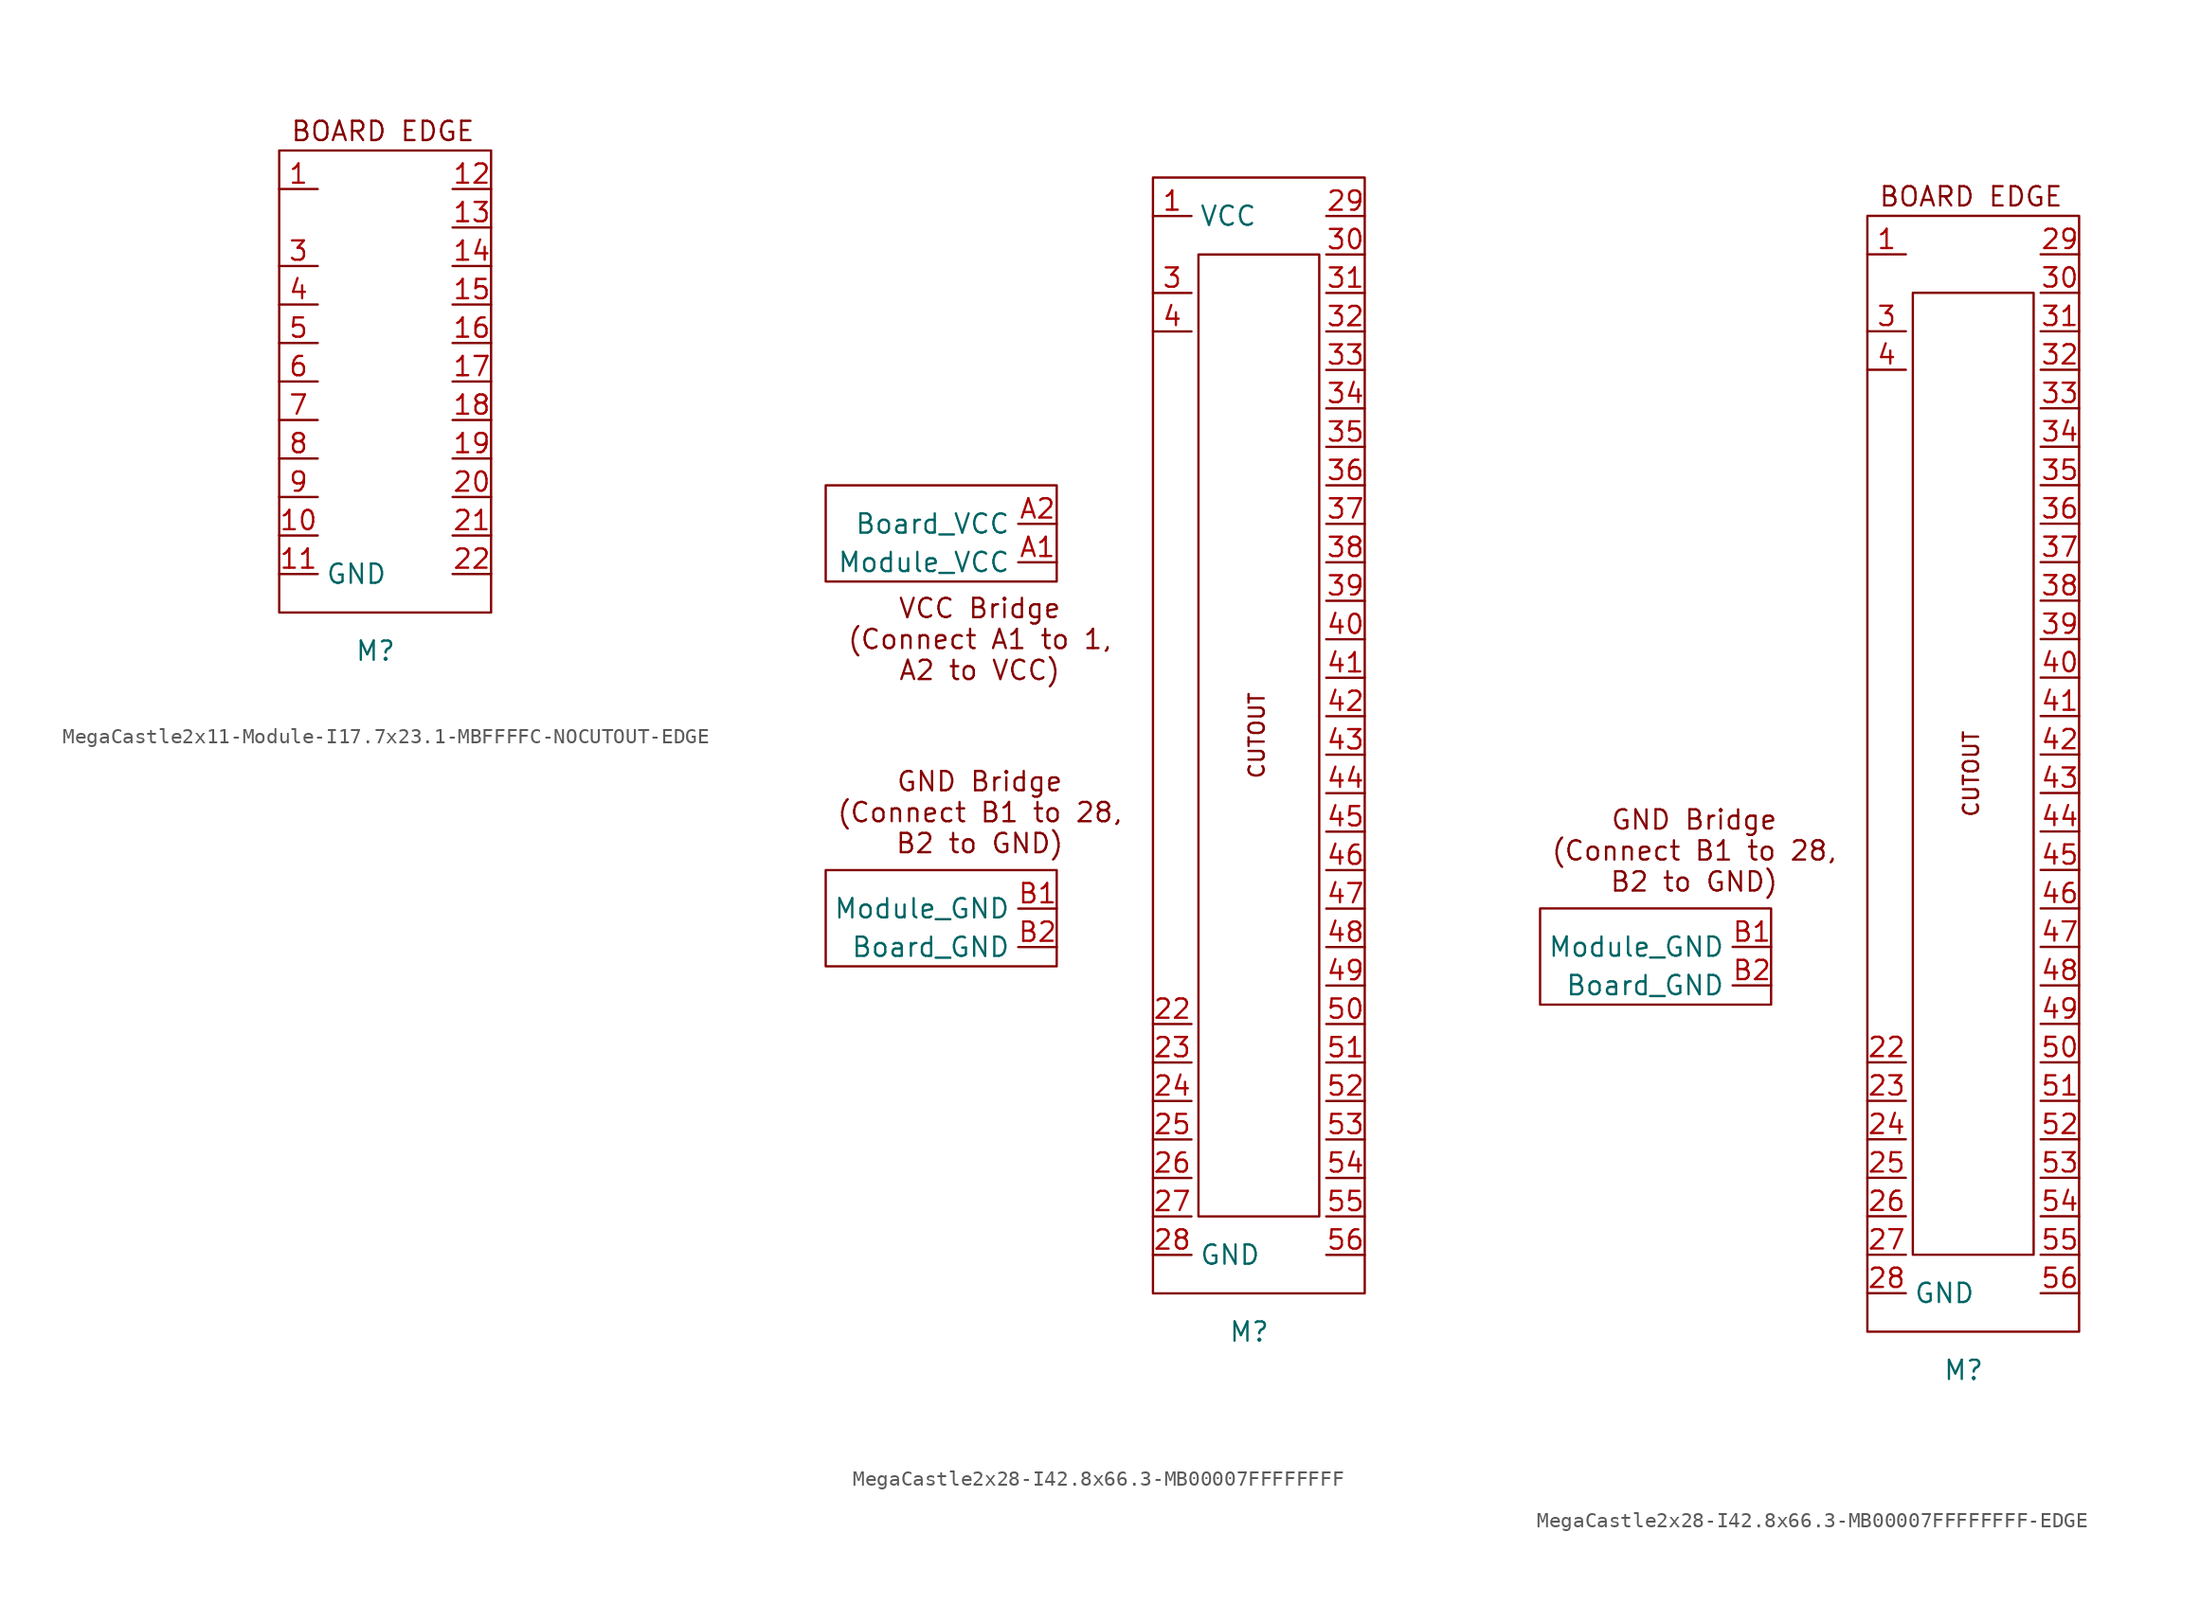
<source format=kicad_sym>
(kicad_symbol_lib
  (version 20231120)
  (generator "kicad_symbol_editor")
  (generator_version "8.0")
  (symbol "MegaCastle2x11-Module-I17.7x23.1-MBFFFFC-NOCUTOUT-EDGE"
    (property "Reference" "M"
      (at 0 -17.78 0)
      (effects (font (size 1.27 1.27))))
    (property "Value" ""
      (at 0 5.08 0)
      (effects (font (size 1.27 1.27))))
    (symbol "MegaCastle2x11-Module-I17.7x23.1-MBFFFFC-NOCUTOUT-EDGE_0_1"
      (rectangle (start -6.35 15.24) (end 7.62 -15.24) (stroke (width 0) (type default)) (fill (type none))))
    (symbol "MegaCastle2x11-Module-I17.7x23.1-MBFFFFC-NOCUTOUT-EDGE_1_1"
      (text " BOARD EDGE" (at 0 16.51 0) (effects (font (size 1.27 1.27))))
      (pin bidirectional line (at -6.35 12.7 0) (length 2.54) (name "" (effects (font (size 1.27 1.27)))) (number "1" (effects (font (size 1.27 1.27)))))
      (pin bidirectional line (at -6.35 -10.16 0) (length 2.54) (name "" (effects (font (size 1.27 1.27)))) (number "10" (effects (font (size 1.27 1.27)))))
      (pin bidirectional line (at -6.35 -12.7 0) (length 2.54) (name "GND" (effects (font (size 1.27 1.27)))) (number "11" (effects (font (size 1.27 1.27)))))
      (pin bidirectional line (at 7.62 12.7 180) (length 2.54) (name "" (effects (font (size 1.27 1.27)))) (number "12" (effects (font (size 1.27 1.27)))))
      (pin bidirectional line (at 7.62 10.16 180) (length 2.54) (name "" (effects (font (size 1.27 1.27)))) (number "13" (effects (font (size 1.27 1.27)))))
      (pin bidirectional line (at 7.62 7.62 180) (length 2.54) (name "" (effects (font (size 1.27 1.27)))) (number "14" (effects (font (size 1.27 1.27)))))
      (pin bidirectional line (at 7.62 5.08 180) (length 2.54) (name "" (effects (font (size 1.27 1.27)))) (number "15" (effects (font (size 1.27 1.27)))))
      (pin bidirectional line (at 7.62 2.54 180) (length 2.54) (name "" (effects (font (size 1.27 1.27)))) (number "16" (effects (font (size 1.27 1.27)))))
      (pin bidirectional line (at 7.62 0 180) (length 2.54) (name "" (effects (font (size 1.27 1.27)))) (number "17" (effects (font (size 1.27 1.27)))))
      (pin bidirectional line (at 7.62 -2.54 180) (length 2.54) (name "" (effects (font (size 1.27 1.27)))) (number "18" (effects (font (size 1.27 1.27)))))
      (pin bidirectional line (at 7.62 -5.08 180) (length 2.54) (name "" (effects (font (size 1.27 1.27)))) (number "19" (effects (font (size 1.27 1.27)))))
      (pin bidirectional line (at 7.62 -7.62 180) (length 2.54) (name "" (effects (font (size 1.27 1.27)))) (number "20" (effects (font (size 1.27 1.27)))))
      (pin bidirectional line (at 7.62 -10.16 180) (length 2.54) (name "" (effects (font (size 1.27 1.27)))) (number "21" (effects (font (size 1.27 1.27)))))
      (pin bidirectional line (at 7.62 -12.7 180) (length 2.54) (name "" (effects (font (size 1.27 1.27)))) (number "22" (effects (font (size 1.27 1.27)))))
      (pin bidirectional line (at -6.35 7.62 0) (length 2.54) (name "" (effects (font (size 1.27 1.27)))) (number "3" (effects (font (size 1.27 1.27)))))
      (pin bidirectional line (at -6.35 5.08 0) (length 2.54) (name "" (effects (font (size 1.27 1.27)))) (number "4" (effects (font (size 1.27 1.27)))))
      (pin bidirectional line (at -6.35 2.54 0) (length 2.54) (name "" (effects (font (size 1.27 1.27)))) (number "5" (effects (font (size 1.27 1.27)))))
      (pin bidirectional line (at -6.35 0 0) (length 2.54) (name "" (effects (font (size 1.27 1.27)))) (number "6" (effects (font (size 1.27 1.27)))))
      (pin bidirectional line (at -6.35 -2.54 0) (length 2.54) (name "" (effects (font (size 1.27 1.27)))) (number "7" (effects (font (size 1.27 1.27)))))
      (pin bidirectional line (at -6.35 -5.08 0) (length 2.54) (name "" (effects (font (size 1.27 1.27)))) (number "8" (effects (font (size 1.27 1.27)))))
      (pin bidirectional line (at -6.35 -7.62 0) (length 2.54) (name "" (effects (font (size 1.27 1.27)))) (number "9" (effects (font (size 1.27 1.27)))))))
  (symbol "MegaCastle2x28-I42.8x66.3-MB00007FFFFFFFF"
    (property "Reference" "M"
      (at 0 -39.37 0)
      (effects (font (size 1.27 1.27))))
    (property "Value" ""
      (at 0 5.08 0)
      (effects (font (size 1.27 1.27))))
    (symbol "MegaCastle2x28-I42.8x66.3-MB00007FFFFFFFF_0_1"
      (rectangle (start -27.94 -8.89) (end -12.7 -15.24) (stroke (width 0) (type default)) (fill (type none)))
      (rectangle (start -27.94 16.51) (end -12.7 10.16) (stroke (width 0) (type default)) (fill (type none)))
      (rectangle (start -6.35 36.83) (end 7.62 -36.83) (stroke (width 0) (type default)) (fill (type none)))
      (rectangle (start -3.35 31.75) (end 4.62 -31.75) (stroke (width 0) (type default)) (fill (type none))))
    (symbol "MegaCastle2x28-I42.8x66.3-MB00007FFFFFFFF_1_1"
      (text "CUTOUT" (at 0.5 0 900) (effects (font (size 1 1))))
      (text "GND Bridge\n(Connect B1 to 28,\nB2 to GND)" (at -17.78 -5.08 0) (effects (font (size 1.27 1.27))))
      (text "VCC Bridge\n(Connect A1 to 1,\nA2 to VCC)" (at -17.78 6.35 0) (effects (font (size 1.27 1.27))))
      (pin bidirectional line (at -6.35 34.29 0) (length 2.54) (name "VCC" (effects (font (size 1.27 1.27)))) (number "1" (effects (font (size 1.27 1.27)))))
      (pin bidirectional line (at -6.35 -19.05 0) (length 2.54) (name "" (effects (font (size 1.27 1.27)))) (number "22" (effects (font (size 1.27 1.27)))))
      (pin bidirectional line (at -6.35 -21.59 0) (length 2.54) (name "" (effects (font (size 1.27 1.27)))) (number "23" (effects (font (size 1.27 1.27)))))
      (pin bidirectional line (at -6.35 -24.13 0) (length 2.54) (name "" (effects (font (size 1.27 1.27)))) (number "24" (effects (font (size 1.27 1.27)))))
      (pin bidirectional line (at -6.35 -26.67 0) (length 2.54) (name "" (effects (font (size 1.27 1.27)))) (number "25" (effects (font (size 1.27 1.27)))))
      (pin bidirectional line (at -6.35 -29.21 0) (length 2.54) (name "" (effects (font (size 1.27 1.27)))) (number "26" (effects (font (size 1.27 1.27)))))
      (pin bidirectional line (at -6.35 -31.75 0) (length 2.54) (name "" (effects (font (size 1.27 1.27)))) (number "27" (effects (font (size 1.27 1.27)))))
      (pin bidirectional line (at -6.35 -34.29 0) (length 2.54) (name "GND" (effects (font (size 1.27 1.27)))) (number "28" (effects (font (size 1.27 1.27)))))
      (pin bidirectional line (at 7.62 34.29 180) (length 2.54) (name "" (effects (font (size 1.27 1.27)))) (number "29" (effects (font (size 1.27 1.27)))))
      (pin bidirectional line (at -6.35 29.21 0) (length 2.54) (name "" (effects (font (size 1.27 1.27)))) (number "3" (effects (font (size 1.27 1.27)))))
      (pin bidirectional line (at 7.62 31.75 180) (length 2.54) (name "" (effects (font (size 1.27 1.27)))) (number "30" (effects (font (size 1.27 1.27)))))
      (pin bidirectional line (at 7.62 29.21 180) (length 2.54) (name "" (effects (font (size 1.27 1.27)))) (number "31" (effects (font (size 1.27 1.27)))))
      (pin bidirectional line (at 7.62 26.67 180) (length 2.54) (name "" (effects (font (size 1.27 1.27)))) (number "32" (effects (font (size 1.27 1.27)))))
      (pin bidirectional line (at 7.62 24.13 180) (length 2.54) (name "" (effects (font (size 1.27 1.27)))) (number "33" (effects (font (size 1.27 1.27)))))
      (pin bidirectional line (at 7.62 21.59 180) (length 2.54) (name "" (effects (font (size 1.27 1.27)))) (number "34" (effects (font (size 1.27 1.27)))))
      (pin bidirectional line (at 7.62 19.05 180) (length 2.54) (name "" (effects (font (size 1.27 1.27)))) (number "35" (effects (font (size 1.27 1.27)))))
      (pin bidirectional line (at 7.62 16.51 180) (length 2.54) (name "" (effects (font (size 1.27 1.27)))) (number "36" (effects (font (size 1.27 1.27)))))
      (pin bidirectional line (at 7.62 13.97 180) (length 2.54) (name "" (effects (font (size 1.27 1.27)))) (number "37" (effects (font (size 1.27 1.27)))))
      (pin bidirectional line (at 7.62 11.43 180) (length 2.54) (name "" (effects (font (size 1.27 1.27)))) (number "38" (effects (font (size 1.27 1.27)))))
      (pin bidirectional line (at 7.62 8.89 180) (length 2.54) (name "" (effects (font (size 1.27 1.27)))) (number "39" (effects (font (size 1.27 1.27)))))
      (pin bidirectional line (at -6.35 26.67 0) (length 2.54) (name "" (effects (font (size 1.27 1.27)))) (number "4" (effects (font (size 1.27 1.27)))))
      (pin bidirectional line (at 7.62 6.35 180) (length 2.54) (name "" (effects (font (size 1.27 1.27)))) (number "40" (effects (font (size 1.27 1.27)))))
      (pin bidirectional line (at 7.62 3.81 180) (length 2.54) (name "" (effects (font (size 1.27 1.27)))) (number "41" (effects (font (size 1.27 1.27)))))
      (pin bidirectional line (at 7.62 1.27 180) (length 2.54) (name "" (effects (font (size 1.27 1.27)))) (number "42" (effects (font (size 1.27 1.27)))))
      (pin bidirectional line (at 7.62 -1.27 180) (length 2.54) (name "" (effects (font (size 1.27 1.27)))) (number "43" (effects (font (size 1.27 1.27)))))
      (pin bidirectional line (at 7.62 -3.81 180) (length 2.54) (name "" (effects (font (size 1.27 1.27)))) (number "44" (effects (font (size 1.27 1.27)))))
      (pin bidirectional line (at 7.62 -6.35 180) (length 2.54) (name "" (effects (font (size 1.27 1.27)))) (number "45" (effects (font (size 1.27 1.27)))))
      (pin bidirectional line (at 7.62 -8.89 180) (length 2.54) (name "" (effects (font (size 1.27 1.27)))) (number "46" (effects (font (size 1.27 1.27)))))
      (pin bidirectional line (at 7.62 -11.43 180) (length 2.54) (name "" (effects (font (size 1.27 1.27)))) (number "47" (effects (font (size 1.27 1.27)))))
      (pin bidirectional line (at 7.62 -13.97 180) (length 2.54) (name "" (effects (font (size 1.27 1.27)))) (number "48" (effects (font (size 1.27 1.27)))))
      (pin bidirectional line (at 7.62 -16.51 180) (length 2.54) (name "" (effects (font (size 1.27 1.27)))) (number "49" (effects (font (size 1.27 1.27)))))
      (pin bidirectional line (at 7.62 -19.05 180) (length 2.54) (name "" (effects (font (size 1.27 1.27)))) (number "50" (effects (font (size 1.27 1.27)))))
      (pin bidirectional line (at 7.62 -21.59 180) (length 2.54) (name "" (effects (font (size 1.27 1.27)))) (number "51" (effects (font (size 1.27 1.27)))))
      (pin bidirectional line (at 7.62 -24.13 180) (length 2.54) (name "" (effects (font (size 1.27 1.27)))) (number "52" (effects (font (size 1.27 1.27)))))
      (pin bidirectional line (at 7.62 -26.67 180) (length 2.54) (name "" (effects (font (size 1.27 1.27)))) (number "53" (effects (font (size 1.27 1.27)))))
      (pin bidirectional line (at 7.62 -29.21 180) (length 2.54) (name "" (effects (font (size 1.27 1.27)))) (number "54" (effects (font (size 1.27 1.27)))))
      (pin bidirectional line (at 7.62 -31.75 180) (length 2.54) (name "" (effects (font (size 1.27 1.27)))) (number "55" (effects (font (size 1.27 1.27)))))
      (pin bidirectional line (at 7.62 -34.29 180) (length 2.54) (name "" (effects (font (size 1.27 1.27)))) (number "56" (effects (font (size 1.27 1.27)))))
      (pin bidirectional line (at -12.7 11.43 180) (length 2.54) (name "Module_VCC" (effects (font (size 1.27 1.27)))) (number "A1" (effects (font (size 1.27 1.27)))))
      (pin bidirectional line (at -12.7 13.97 180) (length 2.54) (name "Board_VCC" (effects (font (size 1.27 1.27)))) (number "A2" (effects (font (size 1.27 1.27)))))
      (pin bidirectional line (at -12.7 -11.43 180) (length 2.54) (name "Module_GND" (effects (font (size 1.27 1.27)))) (number "B1" (effects (font (size 1.27 1.27)))))
      (pin bidirectional line (at -12.7 -13.97 180) (length 2.54) (name "Board_GND" (effects (font (size 1.27 1.27)))) (number "B2" (effects (font (size 1.27 1.27)))))))
  (symbol "MegaCastle2x28-I42.8x66.3-MB00007FFFFFFFF-EDGE"
    (property "Reference" "M"
      (at 0 -39.37 0)
      (effects (font (size 1.27 1.27))))
    (property "Value" ""
      (at 0 5.08 0)
      (effects (font (size 1.27 1.27))))
    (symbol "MegaCastle2x28-I42.8x66.3-MB00007FFFFFFFF-EDGE_0_1"
      (rectangle (start -27.94 -8.89) (end -12.7 -15.24) (stroke (width 0) (type default)) (fill (type none)))
      (rectangle (start -6.35 36.83) (end 7.62 -36.83) (stroke (width 0) (type default)) (fill (type none)))
      (rectangle (start -3.35 31.75) (end 4.62 -31.75) (stroke (width 0) (type default)) (fill (type none))))
    (symbol "MegaCastle2x28-I42.8x66.3-MB00007FFFFFFFF-EDGE_1_1"
      (text " BOARD EDGE" (at 0 38.1 0) (effects (font (size 1.27 1.27))))
      (text "CUTOUT" (at 0.5 0 900) (effects (font (size 1 1))))
      (text "GND Bridge\n(Connect B1 to 28,\nB2 to GND)" (at -17.78 -5.08 0) (effects (font (size 1.27 1.27))))
      (pin bidirectional line (at -6.35 34.29 0) (length 2.54) (name "" (effects (font (size 1.27 1.27)))) (number "1" (effects (font (size 1.27 1.27)))))
      (pin bidirectional line (at -6.35 -19.05 0) (length 2.54) (name "" (effects (font (size 1.27 1.27)))) (number "22" (effects (font (size 1.27 1.27)))))
      (pin bidirectional line (at -6.35 -21.59 0) (length 2.54) (name "" (effects (font (size 1.27 1.27)))) (number "23" (effects (font (size 1.27 1.27)))))
      (pin bidirectional line (at -6.35 -24.13 0) (length 2.54) (name "" (effects (font (size 1.27 1.27)))) (number "24" (effects (font (size 1.27 1.27)))))
      (pin bidirectional line (at -6.35 -26.67 0) (length 2.54) (name "" (effects (font (size 1.27 1.27)))) (number "25" (effects (font (size 1.27 1.27)))))
      (pin bidirectional line (at -6.35 -29.21 0) (length 2.54) (name "" (effects (font (size 1.27 1.27)))) (number "26" (effects (font (size 1.27 1.27)))))
      (pin bidirectional line (at -6.35 -31.75 0) (length 2.54) (name "" (effects (font (size 1.27 1.27)))) (number "27" (effects (font (size 1.27 1.27)))))
      (pin bidirectional line (at -6.35 -34.29 0) (length 2.54) (name "GND" (effects (font (size 1.27 1.27)))) (number "28" (effects (font (size 1.27 1.27)))))
      (pin bidirectional line (at 7.62 34.29 180) (length 2.54) (name "" (effects (font (size 1.27 1.27)))) (number "29" (effects (font (size 1.27 1.27)))))
      (pin bidirectional line (at -6.35 29.21 0) (length 2.54) (name "" (effects (font (size 1.27 1.27)))) (number "3" (effects (font (size 1.27 1.27)))))
      (pin bidirectional line (at 7.62 31.75 180) (length 2.54) (name "" (effects (font (size 1.27 1.27)))) (number "30" (effects (font (size 1.27 1.27)))))
      (pin bidirectional line (at 7.62 29.21 180) (length 2.54) (name "" (effects (font (size 1.27 1.27)))) (number "31" (effects (font (size 1.27 1.27)))))
      (pin bidirectional line (at 7.62 26.67 180) (length 2.54) (name "" (effects (font (size 1.27 1.27)))) (number "32" (effects (font (size 1.27 1.27)))))
      (pin bidirectional line (at 7.62 24.13 180) (length 2.54) (name "" (effects (font (size 1.27 1.27)))) (number "33" (effects (font (size 1.27 1.27)))))
      (pin bidirectional line (at 7.62 21.59 180) (length 2.54) (name "" (effects (font (size 1.27 1.27)))) (number "34" (effects (font (size 1.27 1.27)))))
      (pin bidirectional line (at 7.62 19.05 180) (length 2.54) (name "" (effects (font (size 1.27 1.27)))) (number "35" (effects (font (size 1.27 1.27)))))
      (pin bidirectional line (at 7.62 16.51 180) (length 2.54) (name "" (effects (font (size 1.27 1.27)))) (number "36" (effects (font (size 1.27 1.27)))))
      (pin bidirectional line (at 7.62 13.97 180) (length 2.54) (name "" (effects (font (size 1.27 1.27)))) (number "37" (effects (font (size 1.27 1.27)))))
      (pin bidirectional line (at 7.62 11.43 180) (length 2.54) (name "" (effects (font (size 1.27 1.27)))) (number "38" (effects (font (size 1.27 1.27)))))
      (pin bidirectional line (at 7.62 8.89 180) (length 2.54) (name "" (effects (font (size 1.27 1.27)))) (number "39" (effects (font (size 1.27 1.27)))))
      (pin bidirectional line (at -6.35 26.67 0) (length 2.54) (name "" (effects (font (size 1.27 1.27)))) (number "4" (effects (font (size 1.27 1.27)))))
      (pin bidirectional line (at 7.62 6.35 180) (length 2.54) (name "" (effects (font (size 1.27 1.27)))) (number "40" (effects (font (size 1.27 1.27)))))
      (pin bidirectional line (at 7.62 3.81 180) (length 2.54) (name "" (effects (font (size 1.27 1.27)))) (number "41" (effects (font (size 1.27 1.27)))))
      (pin bidirectional line (at 7.62 1.27 180) (length 2.54) (name "" (effects (font (size 1.27 1.27)))) (number "42" (effects (font (size 1.27 1.27)))))
      (pin bidirectional line (at 7.62 -1.27 180) (length 2.54) (name "" (effects (font (size 1.27 1.27)))) (number "43" (effects (font (size 1.27 1.27)))))
      (pin bidirectional line (at 7.62 -3.81 180) (length 2.54) (name "" (effects (font (size 1.27 1.27)))) (number "44" (effects (font (size 1.27 1.27)))))
      (pin bidirectional line (at 7.62 -6.35 180) (length 2.54) (name "" (effects (font (size 1.27 1.27)))) (number "45" (effects (font (size 1.27 1.27)))))
      (pin bidirectional line (at 7.62 -8.89 180) (length 2.54) (name "" (effects (font (size 1.27 1.27)))) (number "46" (effects (font (size 1.27 1.27)))))
      (pin bidirectional line (at 7.62 -11.43 180) (length 2.54) (name "" (effects (font (size 1.27 1.27)))) (number "47" (effects (font (size 1.27 1.27)))))
      (pin bidirectional line (at 7.62 -13.97 180) (length 2.54) (name "" (effects (font (size 1.27 1.27)))) (number "48" (effects (font (size 1.27 1.27)))))
      (pin bidirectional line (at 7.62 -16.51 180) (length 2.54) (name "" (effects (font (size 1.27 1.27)))) (number "49" (effects (font (size 1.27 1.27)))))
      (pin bidirectional line (at 7.62 -19.05 180) (length 2.54) (name "" (effects (font (size 1.27 1.27)))) (number "50" (effects (font (size 1.27 1.27)))))
      (pin bidirectional line (at 7.62 -21.59 180) (length 2.54) (name "" (effects (font (size 1.27 1.27)))) (number "51" (effects (font (size 1.27 1.27)))))
      (pin bidirectional line (at 7.62 -24.13 180) (length 2.54) (name "" (effects (font (size 1.27 1.27)))) (number "52" (effects (font (size 1.27 1.27)))))
      (pin bidirectional line (at 7.62 -26.67 180) (length 2.54) (name "" (effects (font (size 1.27 1.27)))) (number "53" (effects (font (size 1.27 1.27)))))
      (pin bidirectional line (at 7.62 -29.21 180) (length 2.54) (name "" (effects (font (size 1.27 1.27)))) (number "54" (effects (font (size 1.27 1.27)))))
      (pin bidirectional line (at 7.62 -31.75 180) (length 2.54) (name "" (effects (font (size 1.27 1.27)))) (number "55" (effects (font (size 1.27 1.27)))))
      (pin bidirectional line (at 7.62 -34.29 180) (length 2.54) (name "" (effects (font (size 1.27 1.27)))) (number "56" (effects (font (size 1.27 1.27)))))
      (pin bidirectional line (at -12.7 -11.43 180) (length 2.54) (name "Module_GND" (effects (font (size 1.27 1.27)))) (number "B1" (effects (font (size 1.27 1.27)))))
      (pin bidirectional line (at -12.7 -13.97 180) (length 2.54) (name "Board_GND" (effects (font (size 1.27 1.27)))) (number "B2" (effects (font (size 1.27 1.27))))))))
</source>
